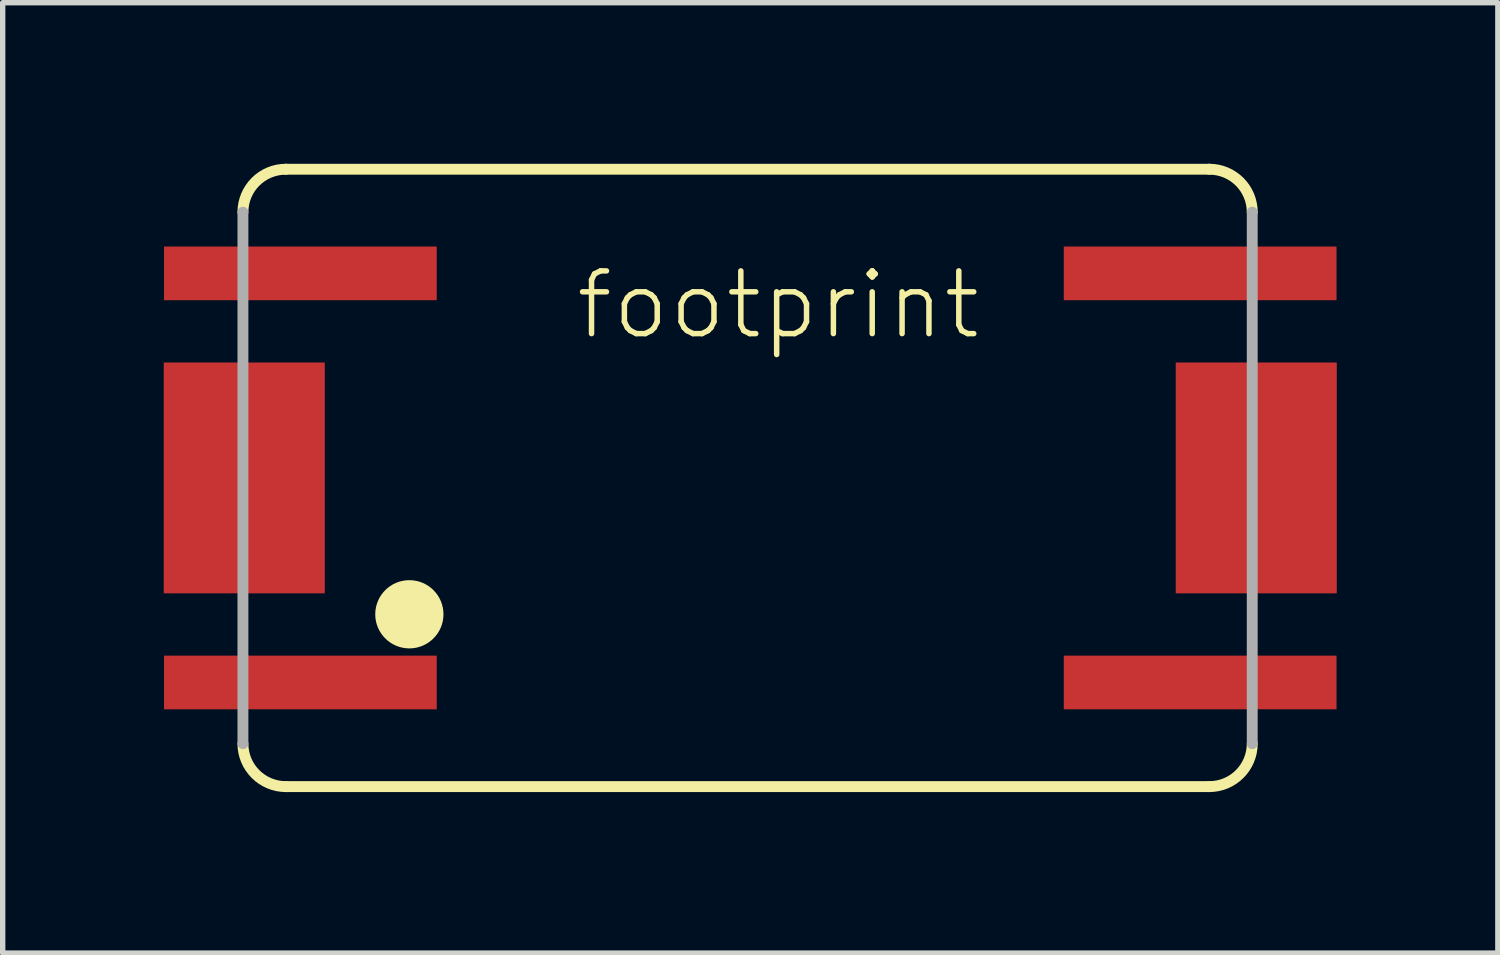
<source format=kicad_pcb>
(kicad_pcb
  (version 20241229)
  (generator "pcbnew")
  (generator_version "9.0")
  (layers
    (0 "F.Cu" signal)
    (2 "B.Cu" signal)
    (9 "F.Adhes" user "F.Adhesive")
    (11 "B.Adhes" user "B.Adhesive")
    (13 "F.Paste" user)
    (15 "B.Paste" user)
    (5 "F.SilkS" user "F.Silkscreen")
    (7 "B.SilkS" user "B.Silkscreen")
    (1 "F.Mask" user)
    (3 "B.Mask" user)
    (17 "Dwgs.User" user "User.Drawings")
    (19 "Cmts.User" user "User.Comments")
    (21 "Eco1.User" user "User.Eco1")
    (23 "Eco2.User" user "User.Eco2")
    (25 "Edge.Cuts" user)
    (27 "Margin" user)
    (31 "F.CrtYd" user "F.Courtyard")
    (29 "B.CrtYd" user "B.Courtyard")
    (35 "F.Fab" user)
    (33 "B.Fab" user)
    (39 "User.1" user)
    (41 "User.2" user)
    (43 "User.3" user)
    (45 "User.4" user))
  (footprint "footprint"
    (layer "F.Cu")
    (at 10.925 5.852)
    (property "Reference" "footprint" (at -3.302 -2.54 0) (layer "F.SilkS") (effects (font (size 1.168 1.168) (thickness 0.102)) (justify left bottom)))
    (fp_line (start -8.65 -5.75) (end 8.55 -5.75) (stroke (width 0.203) (type solid)) (layer "F.SilkS"))
    (fp_line (start 8.55 5.75) (end -8.65 5.75) (stroke (width 0.203) (type solid)) (layer "F.SilkS"))
    (fp_arc (start -9.45 -4.95) (mid -9.215685 -5.515685) (end -8.65 -5.75) (stroke (width 0.2032) (type solid)) (layer "F.SilkS"))
    (fp_arc (start -8.65 5.75) (mid -9.215685 5.515685) (end -9.45 4.95) (stroke (width 0.2032) (type solid)) (layer "F.SilkS"))
    (fp_arc (start 8.55 -5.75) (mid 9.115685 -5.515685) (end 9.35 -4.95) (stroke (width 0.2032) (type solid)) (layer "F.SilkS"))
    (fp_arc (start 9.35 4.95) (mid 9.115685 5.515685) (end 8.55 5.75) (stroke (width 0.2032) (type solid)) (layer "F.SilkS"))
    (fp_circle (center -6.35 2.54) (end -6.032 2.54) (stroke (width 0.635) (type solid)) (fill yes) (layer "F.SilkS"))
    (fp_line (start -9.45 4.95) (end -9.45 -4.95) (stroke (width 0.203) (type solid)) (layer "F.Fab"))
    (fp_line (start 9.35 -4.95) (end 9.35 4.95) (stroke (width 0.203) (type solid)) (layer "F.Fab"))
    (pad "1" smd rect (at -8.38 3.81) (size 5.08 1) (layers "F.Cu" "F.Mask" "F.Paste"))
    (pad "7" smd rect (at 8.38 3.81) (size 5.08 1) (layers "F.Cu" "F.Mask" "F.Paste"))
    (pad "8" smd rect (at 8.38 -3.81 180) (size 5.08 1) (layers "F.Cu" "F.Mask" "F.Paste"))
    (pad "14" smd rect (at -8.38 -3.81 180) (size 5.08 1) (layers "F.Cu" "F.Mask" "F.Paste"))
    (pad "S@1" smd rect (at -9.425 0) (size 3 4.3) (layers "F.Cu" "F.Mask" "F.Paste"))
    (pad "S@2" smd rect (at 9.425 0) (size 3 4.3) (layers "F.Cu" "F.Mask" "F.Paste")))
  (gr_rect
    (start -3 -3)
    (end 24.85 14.703)
    (stroke (width 0.1) (type default))
    (fill no)
    (layer "Edge.Cuts")))
</source>
